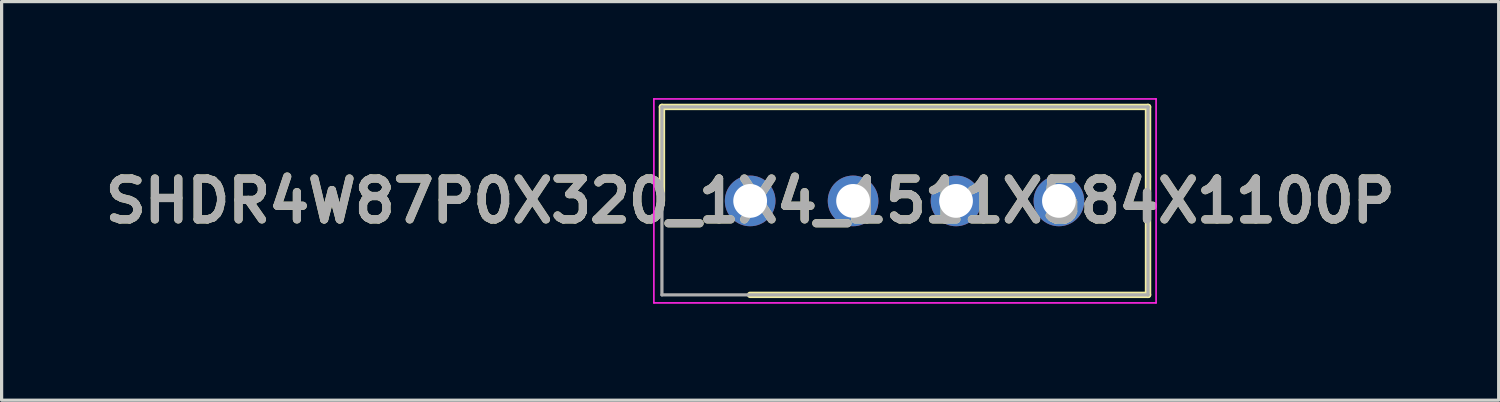
<source format=kicad_pcb>
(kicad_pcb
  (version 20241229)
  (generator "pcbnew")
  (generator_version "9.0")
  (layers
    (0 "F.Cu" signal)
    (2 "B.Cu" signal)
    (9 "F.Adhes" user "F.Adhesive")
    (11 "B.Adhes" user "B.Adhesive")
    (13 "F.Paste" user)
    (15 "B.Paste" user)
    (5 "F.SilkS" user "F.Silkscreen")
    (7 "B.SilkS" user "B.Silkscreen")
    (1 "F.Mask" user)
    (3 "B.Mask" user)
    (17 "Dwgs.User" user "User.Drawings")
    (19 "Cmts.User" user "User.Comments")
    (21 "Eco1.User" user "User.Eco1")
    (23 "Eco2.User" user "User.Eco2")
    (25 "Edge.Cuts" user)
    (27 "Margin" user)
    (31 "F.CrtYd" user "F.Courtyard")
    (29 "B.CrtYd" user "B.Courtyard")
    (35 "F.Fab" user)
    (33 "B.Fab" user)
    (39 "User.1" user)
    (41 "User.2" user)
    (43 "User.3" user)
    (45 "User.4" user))
  (footprint "SHDR4W87P0X320_1X4_1511X584X1100P"
    (layer "F.Cu")
    (at 20.272 3.196)
    (property "Reference" "SHDR4W87P0X320_1X4_1511X584X1100P" (at 0 0 0) (layer "F.SilkS") (effects (font (size 1.27 1.27) (thickness 0.254))))
    (attr through_hole)
    (fp_line (start -2.743 -2.921) (end -2.743 0) (stroke (width 0.2) (type solid)) (layer "F.SilkS"))
    (fp_line (start 0 2.921) (end 12.37 2.921) (stroke (width 0.2) (type solid)) (layer "F.SilkS"))
    (fp_line (start 12.37 -2.921) (end -2.743 -2.921) (stroke (width 0.2) (type solid)) (layer "F.SilkS"))
    (fp_line (start 12.37 2.921) (end 12.37 -2.921) (stroke (width 0.2) (type solid)) (layer "F.SilkS"))
    (fp_line (start -2.993 -3.171) (end 12.62 -3.171) (stroke (width 0.05) (type solid)) (layer "F.CrtYd"))
    (fp_line (start -2.993 3.171) (end -2.993 -3.171) (stroke (width 0.05) (type solid)) (layer "F.CrtYd"))
    (fp_line (start 12.62 -3.171) (end 12.62 3.171) (stroke (width 0.05) (type solid)) (layer "F.CrtYd"))
    (fp_line (start 12.62 3.171) (end -2.993 3.171) (stroke (width 0.05) (type solid)) (layer "F.CrtYd"))
    (fp_line (start -2.743 -2.921) (end 12.37 -2.921) (stroke (width 0.1) (type solid)) (layer "F.Fab"))
    (fp_line (start -2.743 2.921) (end -2.743 -2.921) (stroke (width 0.1) (type solid)) (layer "F.Fab"))
    (fp_line (start 12.37 -2.921) (end 12.37 2.921) (stroke (width 0.1) (type solid)) (layer "F.Fab"))
    (fp_line (start 12.37 2.921) (end -2.743 2.921) (stroke (width 0.1) (type solid)) (layer "F.Fab"))
    (fp_text user "${REFERENCE}" (at 0 0 0) (layer "F.Fab") (effects (font (size 1.27 1.27) (thickness 0.254))))
    (pad "1" thru_hole circle (at 0 0) (size 1.575 1.575) (drill 1.05) (layers "*.Cu" "*.Mask"))
    (pad "2" thru_hole circle (at 3.2 0) (size 1.575 1.575) (drill 1.05) (layers "*.Cu" "*.Mask"))
    (pad "3" thru_hole circle (at 6.4 0) (size 1.575 1.575) (drill 1.05) (layers "*.Cu" "*.Mask"))
    (pad "4" thru_hole circle (at 9.6 0) (size 1.575 1.575) (drill 1.05) (layers "*.Cu" "*.Mask")))
  (gr_rect
    (start -3 -3)
    (end 43.543 9.392)
    (stroke (width 0.1) (type default))
    (fill no)
    (layer "Edge.Cuts")))
</source>
